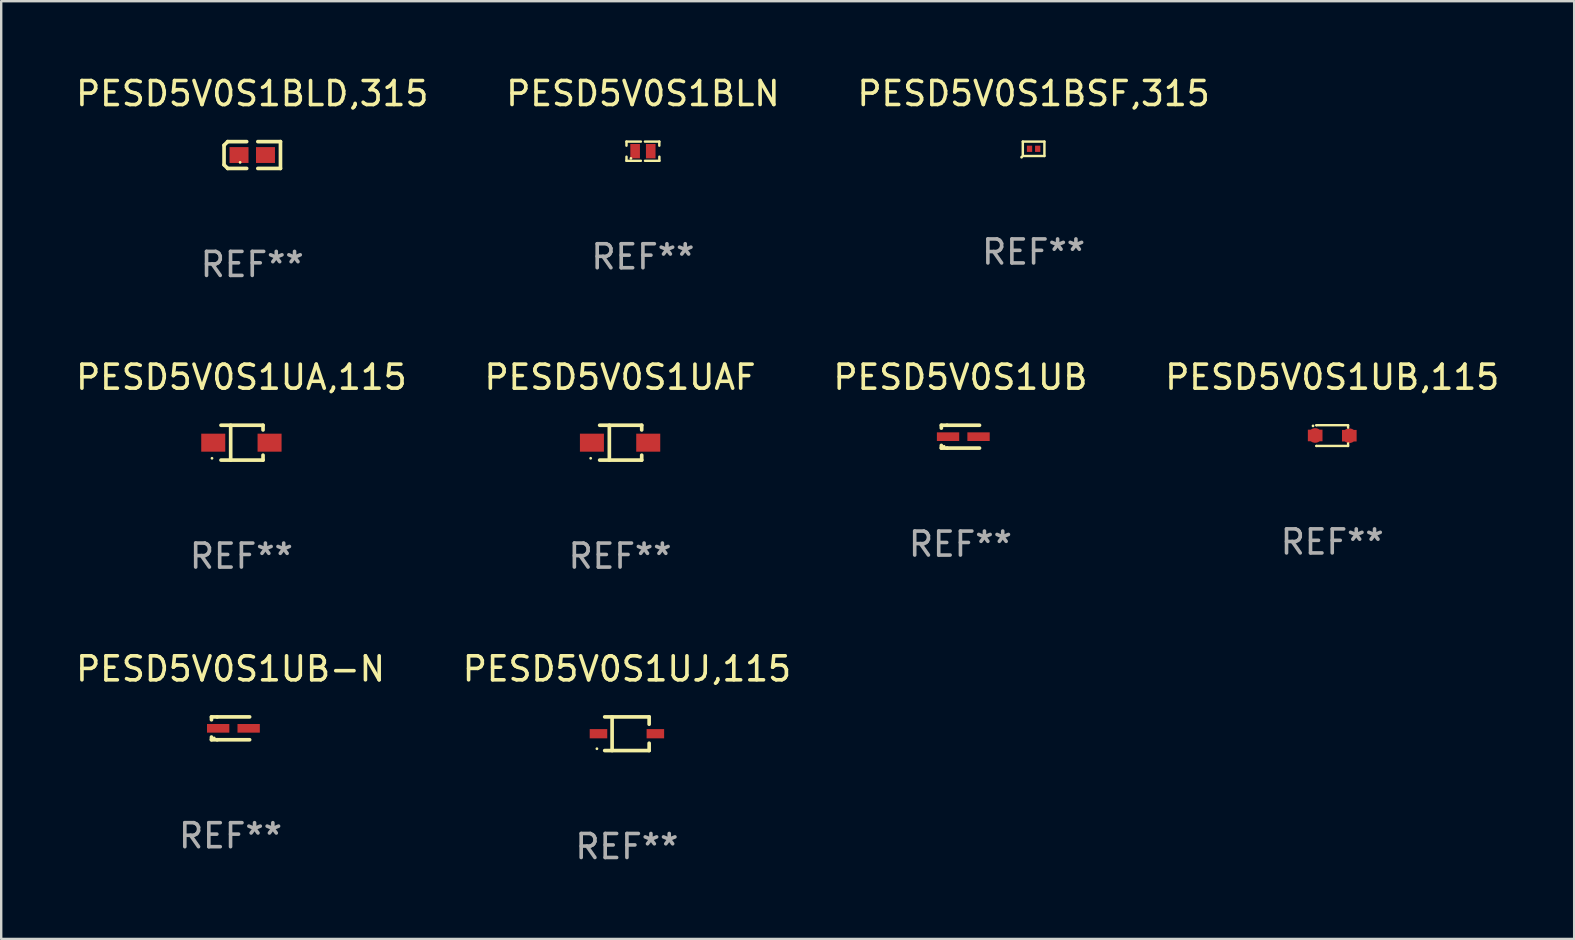
<source format=kicad_pcb>
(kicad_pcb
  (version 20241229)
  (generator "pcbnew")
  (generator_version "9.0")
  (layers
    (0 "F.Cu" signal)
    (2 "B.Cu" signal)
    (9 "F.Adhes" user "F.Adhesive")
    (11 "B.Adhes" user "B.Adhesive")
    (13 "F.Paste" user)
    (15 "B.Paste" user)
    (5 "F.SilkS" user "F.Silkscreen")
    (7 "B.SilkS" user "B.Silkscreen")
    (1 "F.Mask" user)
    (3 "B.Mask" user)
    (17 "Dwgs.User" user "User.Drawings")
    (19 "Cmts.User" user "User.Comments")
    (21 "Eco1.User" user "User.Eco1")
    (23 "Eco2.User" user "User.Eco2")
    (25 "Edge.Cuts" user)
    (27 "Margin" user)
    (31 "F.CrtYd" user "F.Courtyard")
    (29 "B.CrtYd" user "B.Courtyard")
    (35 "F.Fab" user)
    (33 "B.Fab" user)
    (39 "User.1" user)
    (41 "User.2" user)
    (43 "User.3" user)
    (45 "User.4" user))
  (footprint "PESD5V0S1UJ,115"
    (layer "F.Cu")
    (at 23.065 27.514)
    (property "Reference" "PESD5V0S1UJ,115" (at 0 -2.701 0) (layer "F.SilkS") (effects (font (size 1 1) (thickness 0.15))))
    (attr through_hole)
    (fp_line (start -0.926 -0.701) (end 0.926 -0.701) (stroke (width 0.152) (type solid)) (layer "F.SilkS"))
    (fp_line (start -0.926 0.701) (end 0.926 0.701) (stroke (width 0.152) (type solid)) (layer "F.SilkS"))
    (fp_line (start -0.617 -0.701) (end -0.617 0.701) (stroke (width 0.152) (type solid)) (layer "F.SilkS"))
    (fp_line (start 0.926 -0.701) (end 0.926 -0.396) (stroke (width 0.152) (type solid)) (layer "F.SilkS"))
    (fp_line (start 0.926 0.701) (end 0.926 0.396) (stroke (width 0.152) (type solid)) (layer "F.SilkS"))
    (fp_circle (center -1.25 0.625) (end -1.22 0.625) (stroke (width 0.06) (type solid)) (fill no) (layer "F.SilkS"))
    (fp_text user "REF**" (at 0 4.701 0) (layer "F.Fab") (effects (font (size 1 1) (thickness 0.15))))
    (pad "1" smd rect (at -1.185 0 180) (size 0.73 0.385) (layers "F.Cu" "F.Mask" "F.Paste"))
    (pad "2" smd rect (at 1.185 0 180) (size 0.73 0.385) (layers "F.Cu" "F.Mask" "F.Paste")))
  (footprint "PESD5V0S1BSF,315"
    (layer "F.Cu")
    (at 40.006 3.148)
    (property "Reference" "PESD5V0S1BSF,315" (at 0 -2.3 0) (layer "F.SilkS") (effects (font (size 1 1) (thickness 0.15))))
    (attr through_hole)
    (fp_line (start -0.45 -0.3) (end 0.45 -0.3) (stroke (width 0.102) (type solid)) (layer "F.SilkS"))
    (fp_line (start -0.45 0.3) (end -0.45 -0.3) (stroke (width 0.102) (type solid)) (layer "F.SilkS"))
    (fp_line (start 0.45 -0.3) (end 0.45 0.3) (stroke (width 0.102) (type solid)) (layer "F.SilkS"))
    (fp_line (start 0.45 0.3) (end -0.45 0.3) (stroke (width 0.102) (type solid)) (layer "F.SilkS"))
    (fp_circle (center -0.501 0.351) (end -0.471 0.351) (stroke (width 0.06) (type solid)) (fill no) (layer "F.SilkS"))
    (fp_text user "REF**" (at 0 4.3 0) (layer "F.Fab") (effects (font (size 1 1) (thickness 0.15))))
    (pad "1" smd rect (at -0.17 0 90) (size 0.26 0.22) (layers "F.Cu" "F.Mask" "F.Paste"))
    (pad "2" smd rect (at 0.17 0 90) (size 0.26 0.22) (layers "F.Cu" "F.Mask" "F.Paste")))
  (footprint "PESD5V0S1UA,115"
    (layer "F.Cu")
    (at 7.006 15.39)
    (property "Reference" "PESD5V0S1UA,115" (at 0 -2.726 0) (layer "F.SilkS") (effects (font (size 1 1) (thickness 0.15))))
    (attr through_hole)
    (fp_line (start -0.851 -0.726) (end 0.901 -0.726) (stroke (width 0.152) (type solid)) (layer "F.SilkS"))
    (fp_line (start -0.851 0.726) (end 0.901 0.726) (stroke (width 0.152) (type solid)) (layer "F.SilkS"))
    (fp_line (start -0.447 -0.726) (end -0.447 0.726) (stroke (width 0.152) (type solid)) (layer "F.SilkS"))
    (fp_line (start 0.901 -0.726) (end 0.901 -0.53) (stroke (width 0.152) (type solid)) (layer "F.SilkS"))
    (fp_line (start 0.901 0.726) (end 0.901 0.52) (stroke (width 0.152) (type solid)) (layer "F.SilkS"))
    (fp_circle (center -1.225 0.65) (end -1.195 0.65) (stroke (width 0.06) (type solid)) (fill no) (layer "F.SilkS"))
    (fp_text user "REF**" (at 0 4.726 0) (layer "F.Fab") (effects (font (size 1 1) (thickness 0.15))))
    (pad "1" smd rect (at -1.173 0) (size 1 0.75) (layers "F.Cu" "F.Mask" "F.Paste"))
    (pad "2" smd rect (at 1.173 0) (size 1 0.75) (layers "F.Cu" "F.Mask" "F.Paste")))
  (footprint "PESD5V0S1BLN"
    (layer "F.Cu")
    (at 23.732 3.248)
    (property "Reference" "PESD5V0S1BLN" (at 0 -2.4 0) (layer "F.SilkS") (effects (font (size 1 1) (thickness 0.15))))
    (attr through_hole)
    (fp_line (start -0.685 -0.4) (end -0.685 -0.23) (stroke (width 0.102) (type solid)) (layer "F.SilkS"))
    (fp_line (start -0.685 0.4) (end -0.685 0.23) (stroke (width 0.102) (type solid)) (layer "F.SilkS"))
    (fp_line (start -0.085 -0.4) (end -0.685 -0.4) (stroke (width 0.102) (type solid)) (layer "F.SilkS"))
    (fp_line (start -0.085 0.4) (end -0.685 0.4) (stroke (width 0.102) (type solid)) (layer "F.SilkS"))
    (fp_line (start 0.082 -0.4) (end 0.682 -0.4) (stroke (width 0.102) (type solid)) (layer "F.SilkS"))
    (fp_line (start 0.085 0.4) (end 0.685 0.4) (stroke (width 0.102) (type solid)) (layer "F.SilkS"))
    (fp_line (start 0.682 -0.4) (end 0.682 -0.23) (stroke (width 0.102) (type solid)) (layer "F.SilkS"))
    (fp_line (start 0.685 0.4) (end 0.685 0.23) (stroke (width 0.102) (type solid)) (layer "F.SilkS"))
    (fp_circle (center -0.5 0.3) (end -0.47 0.3) (stroke (width 0.06) (type solid)) (fill no) (layer "F.SilkS"))
    (fp_text user "REF**" (at 0 4.4 0) (layer "F.Fab") (effects (font (size 1 1) (thickness 0.15))))
    (pad "1" smd rect (at -0.325 0) (size 0.4 0.6) (layers "F.Cu" "F.Mask" "F.Paste"))
    (pad "2" smd rect (at 0.325 0) (size 0.4 0.6) (layers "F.Cu" "F.Mask" "F.Paste")))
  (footprint "PESD5V0S1UB"
    (layer "F.Cu")
    (at 36.958 15.14)
    (property "Reference" "PESD5V0S1UB" (at 0 -2.476 0) (layer "F.SilkS") (effects (font (size 1 1) (thickness 0.15))))
    (attr through_hole)
    (fp_line (start -0.795 -0.476) (end -0.795 -0.356) (stroke (width 0.152) (type solid)) (layer "F.SilkS"))
    (fp_line (start -0.795 0.363) (end -0.795 0.476) (stroke (width 0.152) (type solid)) (layer "F.SilkS"))
    (fp_line (start -0.795 0.476) (end -0.557 0.476) (stroke (width 0.152) (type solid)) (layer "F.SilkS"))
    (fp_line (start -0.557 -0.476) (end -0.795 -0.476) (stroke (width 0.152) (type solid)) (layer "F.SilkS"))
    (fp_line (start -0.557 -0.476) (end 0.795 -0.476) (stroke (width 0.152) (type solid)) (layer "F.SilkS"))
    (fp_line (start -0.557 0.476) (end 0.795 0.476) (stroke (width 0.152) (type solid)) (layer "F.SilkS"))
    (fp_circle (center -0.681 0.4) (end -0.651 0.4) (stroke (width 0.06) (type solid)) (fill no) (layer "F.SilkS"))
    (fp_text user "REF**" (at 0 4.476 0) (layer "F.Fab") (effects (font (size 1 1) (thickness 0.15))))
    (pad "1" smd rect (at -0.516 0 180) (size 0.93 0.36) (layers "F.Cu" "F.Mask" "F.Paste"))
    (pad "2" smd rect (at 0.754 0 180) (size 0.93 0.36) (layers "F.Cu" "F.Mask" "F.Paste")))
  (footprint "PESD5V0S1BLD,315"
    (layer "F.Cu")
    (at 7.458 3.408)
    (property "Reference" "PESD5V0S1BLD,315" (at 0 -2.559 0) (layer "F.SilkS") (effects (font (size 1 1) (thickness 0.15))))
    (attr through_hole)
    (fp_line (start -1.175 -0.407) (end -1.023 -0.559) (stroke (width 0.152) (type solid)) (layer "F.SilkS"))
    (fp_line (start -1.175 0.407) (end -1.175 -0.407) (stroke (width 0.152) (type solid)) (layer "F.SilkS"))
    (fp_line (start -1.023 -0.559) (end -0.232 -0.559) (stroke (width 0.152) (type solid)) (layer "F.SilkS"))
    (fp_line (start -1.023 0.559) (end -1.175 0.407) (stroke (width 0.152) (type solid)) (layer "F.SilkS"))
    (fp_line (start -0.232 0.559) (end -1.023 0.559) (stroke (width 0.152) (type solid)) (layer "F.SilkS"))
    (fp_line (start 0.232 0.559) (end 1.175 0.559) (stroke (width 0.152) (type solid)) (layer "F.SilkS"))
    (fp_line (start 1.175 -0.559) (end 0.232 -0.559) (stroke (width 0.152) (type solid)) (layer "F.SilkS"))
    (fp_line (start 1.175 0.559) (end 1.175 -0.559) (stroke (width 0.152) (type solid)) (layer "F.SilkS"))
    (fp_circle (center -0.506 0.306) (end -0.476 0.306) (stroke (width 0.06) (type solid)) (fill no) (layer "F.SilkS"))
    (fp_text user "REF**" (at 0 4.559 0) (layer "F.Fab") (effects (font (size 1 1) (thickness 0.15))))
    (pad "1" smd rect (at -0.551 0) (size 0.79 0.661) (layers "F.Cu" "F.Mask" "F.Paste"))
    (pad "2" smd rect (at 0.551 0) (size 0.79 0.661) (layers "F.Cu" "F.Mask" "F.Paste")))
  (footprint "PESD5V0S1UB,115"
    (layer "F.Cu")
    (at 52.446 15.095)
    (property "Reference" "PESD5V0S1UB,115" (at 0 -2.432 0) (layer "F.SilkS") (effects (font (size 1 1) (thickness 0.15))))
    (attr through_hole)
    (fp_line (start -0.661 0.432) (end -0.661 0.432) (stroke (width 0.1) (type solid)) (layer "F.SilkS"))
    (fp_line (start -0.661 -0.432) (end -0.661 -0.432) (stroke (width 0.1) (type solid)) (layer "F.SilkS"))
    (fp_line (start -0.661 -0.432) (end 0.66 -0.432) (stroke (width 0.1) (type solid)) (layer "F.SilkS"))
    (fp_line (start 0.66 0.326) (end 0.66 0.432) (stroke (width 0.1) (type solid)) (layer "F.SilkS"))
    (fp_line (start 0.66 0.432) (end -0.661 0.432) (stroke (width 0.1) (type solid)) (layer "F.SilkS"))
    (fp_line (start 0.66 -0.432) (end 0.66 -0.33) (stroke (width 0.1) (type solid)) (layer "F.SilkS"))
    (fp_circle (center -0.8 -0.404) (end -0.77 -0.404) (stroke (width 0.06) (type solid)) (fill no) (layer "F.SilkS"))
    (fp_text user "REF**" (at 0 4.432 0) (layer "F.Fab") (effects (font (size 1 1) (thickness 0.15))))
    (pad "1" smd custom (at -0.711 -0.005) (size 0.61 0.483) (layers "F.Cu" "F.Mask" "F.Paste") (options (anchor circle)) (primitives (gr_poly (pts (xy -0.305 -0.241) (xy 0.305 -0.241) (xy 0.305 0.241) (xy -0.305 0.241)) (width 0) (fill yes))))
    (pad "2" smd custom (at 0.711 0.005) (size 0.61 0.483) (layers "F.Cu" "F.Mask" "F.Paste") (options (anchor circle)) (primitives (gr_poly (pts (xy -0.305 -0.241) (xy 0.305 -0.241) (xy 0.305 0.241) (xy -0.305 0.241)) (width 0) (fill yes)))))
  (footprint "PESD5V0S1UAF"
    (layer "F.Cu")
    (at 22.78 15.39)
    (property "Reference" "PESD5V0S1UAF" (at 0 -2.726 0) (layer "F.SilkS") (effects (font (size 1 1) (thickness 0.15))))
    (attr through_hole)
    (fp_line (start -0.851 -0.726) (end 0.901 -0.726) (stroke (width 0.152) (type solid)) (layer "F.SilkS"))
    (fp_line (start -0.851 0.726) (end 0.901 0.726) (stroke (width 0.152) (type solid)) (layer "F.SilkS"))
    (fp_line (start -0.447 -0.726) (end -0.447 0.726) (stroke (width 0.152) (type solid)) (layer "F.SilkS"))
    (fp_line (start 0.901 -0.726) (end 0.901 -0.53) (stroke (width 0.152) (type solid)) (layer "F.SilkS"))
    (fp_line (start 0.901 0.726) (end 0.901 0.52) (stroke (width 0.152) (type solid)) (layer "F.SilkS"))
    (fp_circle (center -1.225 0.65) (end -1.195 0.65) (stroke (width 0.06) (type solid)) (fill no) (layer "F.SilkS"))
    (fp_text user "REF**" (at 0 4.726 0) (layer "F.Fab") (effects (font (size 1 1) (thickness 0.15))))
    (pad "1" smd rect (at -1.173 0) (size 1 0.75) (layers "F.Cu" "F.Mask" "F.Paste"))
    (pad "2" smd rect (at 1.173 0) (size 1 0.75) (layers "F.Cu" "F.Mask" "F.Paste")))
  (footprint "PESD5V0S1UB-N"
    (layer "F.Cu")
    (at 6.554 27.289)
    (property "Reference" "PESD5V0S1UB-N" (at 0 -2.476 0) (layer "F.SilkS") (effects (font (size 1 1) (thickness 0.15))))
    (attr through_hole)
    (fp_line (start -0.795 -0.476) (end -0.795 -0.356) (stroke (width 0.152) (type solid)) (layer "F.SilkS"))
    (fp_line (start -0.795 0.363) (end -0.795 0.476) (stroke (width 0.152) (type solid)) (layer "F.SilkS"))
    (fp_line (start -0.795 0.476) (end -0.557 0.476) (stroke (width 0.152) (type solid)) (layer "F.SilkS"))
    (fp_line (start -0.557 -0.476) (end -0.795 -0.476) (stroke (width 0.152) (type solid)) (layer "F.SilkS"))
    (fp_line (start -0.557 -0.476) (end 0.795 -0.476) (stroke (width 0.152) (type solid)) (layer "F.SilkS"))
    (fp_line (start -0.557 0.476) (end 0.795 0.476) (stroke (width 0.152) (type solid)) (layer "F.SilkS"))
    (fp_circle (center -0.681 0.4) (end -0.651 0.4) (stroke (width 0.06) (type solid)) (fill no) (layer "F.SilkS"))
    (fp_text user "REF**" (at 0 4.476 0) (layer "F.Fab") (effects (font (size 1 1) (thickness 0.15))))
    (pad "1" smd rect (at -0.516 0 180) (size 0.93 0.36) (layers "F.Cu" "F.Mask" "F.Paste"))
    (pad "2" smd rect (at 0.754 0 180) (size 0.93 0.36) (layers "F.Cu" "F.Mask" "F.Paste")))
  (gr_rect
    (start -3 -3)
    (end 62.524 36.063)
    (stroke (width 0.1) (type default))
    (fill no)
    (layer "Edge.Cuts")))
</source>
